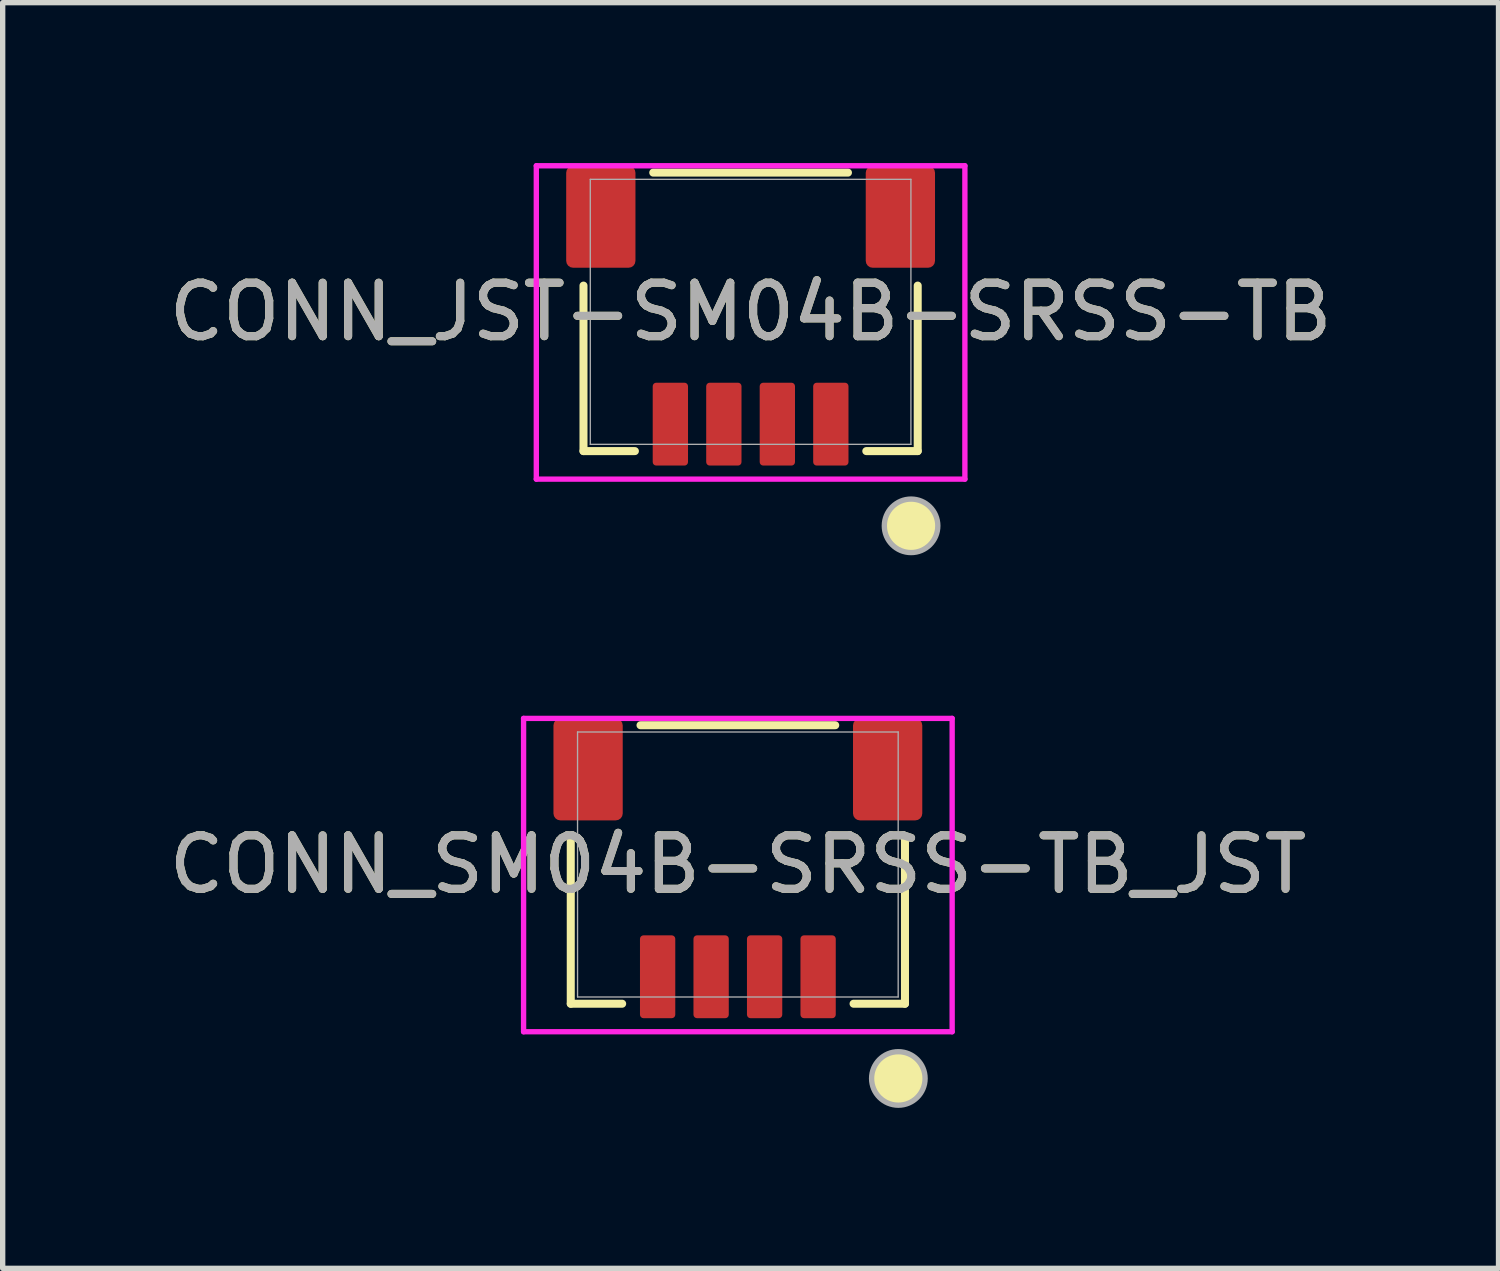
<source format=kicad_pcb>
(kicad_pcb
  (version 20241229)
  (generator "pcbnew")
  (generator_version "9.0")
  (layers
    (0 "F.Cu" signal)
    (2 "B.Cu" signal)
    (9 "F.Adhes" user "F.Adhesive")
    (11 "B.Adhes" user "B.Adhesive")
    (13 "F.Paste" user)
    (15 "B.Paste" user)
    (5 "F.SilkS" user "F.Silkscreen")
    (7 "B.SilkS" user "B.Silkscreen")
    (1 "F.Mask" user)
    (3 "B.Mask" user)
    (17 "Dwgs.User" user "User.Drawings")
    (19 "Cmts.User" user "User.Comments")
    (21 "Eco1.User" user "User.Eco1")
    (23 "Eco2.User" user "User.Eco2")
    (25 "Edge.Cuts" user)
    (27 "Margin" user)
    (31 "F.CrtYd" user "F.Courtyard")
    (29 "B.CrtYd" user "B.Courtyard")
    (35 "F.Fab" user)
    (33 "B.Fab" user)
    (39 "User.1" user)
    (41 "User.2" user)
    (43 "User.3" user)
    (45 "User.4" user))
  (footprint "CONN_JST-SM04B-SRSS-TB"
    (layer "F.Cu")
    (at 10.982 2.78)
    (property "Reference" "CONN_JST-SM04B-SRSS-TB" (at 0 0 0) (unlocked yes) (layer "F.SilkS") (effects (font (size 1 1) (thickness 0.15))))
    (attr smd)
    (fp_line (start -3.124 -0.491) (end -3.124 2.603) (stroke (width 0.15) (type solid)) (layer "F.SilkS"))
    (fp_line (start -3.124 2.603) (end -2.163 2.603) (stroke (width 0.15) (type solid)) (layer "F.SilkS"))
    (fp_line (start 1.82 -2.603) (end -1.82 -2.603) (stroke (width 0.15) (type solid)) (layer "F.SilkS"))
    (fp_line (start 2.163 2.603) (end 3.124 2.603) (stroke (width 0.15) (type solid)) (layer "F.SilkS"))
    (fp_line (start 3.124 2.603) (end 3.124 -0.491) (stroke (width 0.15) (type solid)) (layer "F.SilkS"))
    (fp_circle (center 3 4) (end 3.5 4) (stroke (width 0) (type solid)) (fill yes) (layer "F.SilkS"))
    (fp_line (start -4.006 -2.731) (end -4.006 3.127) (stroke (width 0.1) (type solid)) (layer "F.CrtYd"))
    (fp_line (start -4.006 3.127) (end 4.006 3.127) (stroke (width 0.1) (type solid)) (layer "F.CrtYd"))
    (fp_line (start 4.006 -2.731) (end -4.006 -2.731) (stroke (width 0.1) (type solid)) (layer "F.CrtYd"))
    (fp_line (start 4.006 3.127) (end 4.006 -2.731) (stroke (width 0.1) (type solid)) (layer "F.CrtYd"))
    (fp_line (start -2.997 -2.477) (end -2.997 2.477) (stroke (width 0.025) (type solid)) (layer "F.Fab"))
    (fp_line (start -2.997 2.477) (end 2.997 2.477) (stroke (width 0.025) (type solid)) (layer "F.Fab"))
    (fp_line (start 2.997 -2.477) (end -2.997 -2.477) (stroke (width 0.025) (type solid)) (layer "F.Fab"))
    (fp_line (start 2.997 2.477) (end 2.997 -2.477) (stroke (width 0.025) (type solid)) (layer "F.Fab"))
    (fp_circle (center 3 4) (end 3.5 4) (stroke (width 0.1) (type solid)) (fill no) (layer "F.Fab"))
    (fp_text user "${REFERENCE}" (at 0 0 0) (unlocked yes) (layer "F.Fab") (effects (font (size 1 1) (thickness 0.15))))
    (pad "1" smd roundrect (at 1.5 2.099) (size 0.66 1.549) (layers "F.Cu" "F.Mask" "F.Paste") (roundrect_rratio 0.1))
    (pad "2" smd roundrect (at 0.5 2.099) (size 0.66 1.549) (layers "F.Cu" "F.Mask" "F.Paste") (roundrect_rratio 0.1))
    (pad "3" smd roundrect (at -0.5 2.099) (size 0.66 1.549) (layers "F.Cu" "F.Mask" "F.Paste") (roundrect_rratio 0.1))
    (pad "4" smd roundrect (at -1.5 2.099) (size 0.66 1.549) (layers "F.Cu" "F.Mask" "F.Paste") (roundrect_rratio 0.1))
    (pad "5" smd roundrect (at -2.8 -1.777 90) (size 1.905 1.295) (layers "F.Cu" "F.Mask" "F.Paste") (roundrect_rratio 0.1))
    (pad "5" smd roundrect (at 2.8 -1.777 90) (size 1.905 1.295) (layers "F.Cu" "F.Mask" "F.Paste") (roundrect_rratio 0.1)))
  (footprint "CONN_SM04B-SRSS-TB_JST"
    (layer "F.Cu")
    (at 10.744 13.111)
    (property "Reference" "CONN_SM04B-SRSS-TB_JST" (at 0 0 0) (unlocked yes) (layer "F.SilkS") (effects (font (size 1 1) (thickness 0.15))))
    (attr smd)
    (fp_line (start -3.124 -0.491) (end -3.124 2.603) (stroke (width 0.15) (type solid)) (layer "F.SilkS"))
    (fp_line (start -3.124 2.603) (end -2.163 2.603) (stroke (width 0.15) (type solid)) (layer "F.SilkS"))
    (fp_line (start 1.82 -2.603) (end -1.82 -2.603) (stroke (width 0.15) (type solid)) (layer "F.SilkS"))
    (fp_line (start 2.163 2.603) (end 3.124 2.603) (stroke (width 0.15) (type solid)) (layer "F.SilkS"))
    (fp_line (start 3.124 2.603) (end 3.124 -0.491) (stroke (width 0.15) (type solid)) (layer "F.SilkS"))
    (fp_circle (center 3 4) (end 3.5 4) (stroke (width 0) (type solid)) (fill yes) (layer "F.SilkS"))
    (fp_line (start -4.006 -2.731) (end -4.006 3.127) (stroke (width 0.1) (type solid)) (layer "F.CrtYd"))
    (fp_line (start -4.006 3.127) (end 4.006 3.127) (stroke (width 0.1) (type solid)) (layer "F.CrtYd"))
    (fp_line (start 4.006 -2.731) (end -4.006 -2.731) (stroke (width 0.1) (type solid)) (layer "F.CrtYd"))
    (fp_line (start 4.006 3.127) (end 4.006 -2.731) (stroke (width 0.1) (type solid)) (layer "F.CrtYd"))
    (fp_line (start -2.997 -2.477) (end -2.997 2.477) (stroke (width 0.025) (type solid)) (layer "F.Fab"))
    (fp_line (start -2.997 2.477) (end 2.997 2.477) (stroke (width 0.025) (type solid)) (layer "F.Fab"))
    (fp_line (start 2.997 -2.477) (end -2.997 -2.477) (stroke (width 0.025) (type solid)) (layer "F.Fab"))
    (fp_line (start 2.997 2.477) (end 2.997 -2.477) (stroke (width 0.025) (type solid)) (layer "F.Fab"))
    (fp_circle (center 3 4) (end 3.5 4) (stroke (width 0.1) (type solid)) (fill no) (layer "F.Fab"))
    (fp_text user "${REFERENCE}" (at 0 0 0) (unlocked yes) (layer "F.Fab") (effects (font (size 1 1) (thickness 0.15))))
    (pad "1" smd roundrect (at 1.5 2.099) (size 0.66 1.549) (layers "F.Cu" "F.Mask" "F.Paste") (roundrect_rratio 0.1))
    (pad "2" smd roundrect (at 0.5 2.099) (size 0.66 1.549) (layers "F.Cu" "F.Mask" "F.Paste") (roundrect_rratio 0.1))
    (pad "3" smd roundrect (at -0.5 2.099) (size 0.66 1.549) (layers "F.Cu" "F.Mask" "F.Paste") (roundrect_rratio 0.1))
    (pad "4" smd roundrect (at -1.5 2.099) (size 0.66 1.549) (layers "F.Cu" "F.Mask" "F.Paste") (roundrect_rratio 0.1))
    (pad "5" smd roundrect (at -2.8 -1.777 90) (size 1.905 1.295) (layers "F.Cu" "F.Mask" "F.Paste") (roundrect_rratio 0.1))
    (pad "5" smd roundrect (at 2.8 -1.777 90) (size 1.905 1.295) (layers "F.Cu" "F.Mask" "F.Paste") (roundrect_rratio 0.1)))
  (gr_rect
    (start -3 -3)
    (end 24.964 20.661)
    (stroke (width 0.1) (type default))
    (fill no)
    (layer "Edge.Cuts")))
</source>
